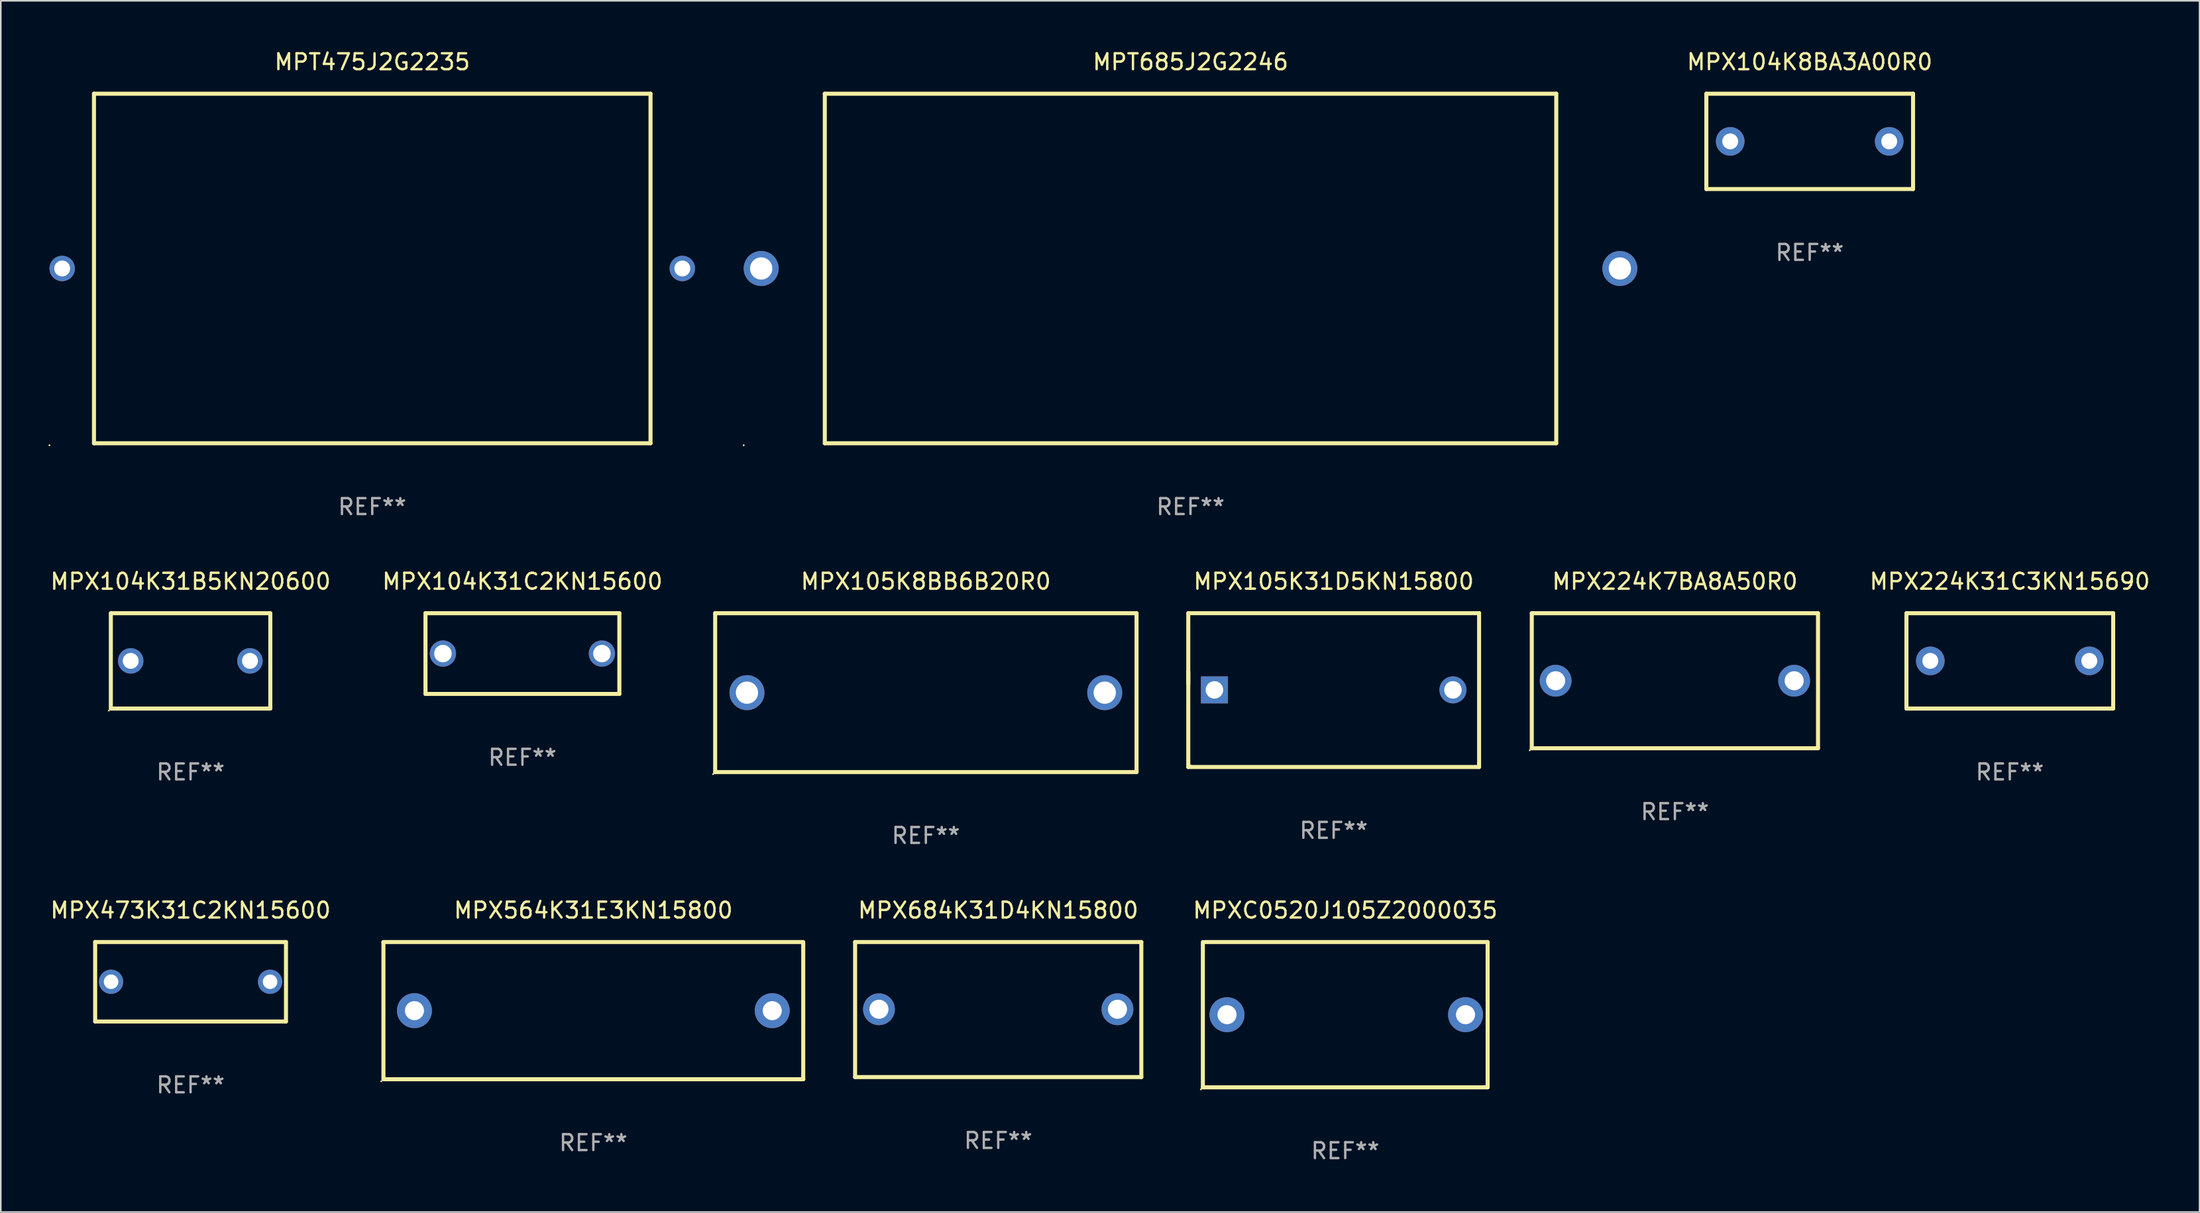
<source format=kicad_pcb>
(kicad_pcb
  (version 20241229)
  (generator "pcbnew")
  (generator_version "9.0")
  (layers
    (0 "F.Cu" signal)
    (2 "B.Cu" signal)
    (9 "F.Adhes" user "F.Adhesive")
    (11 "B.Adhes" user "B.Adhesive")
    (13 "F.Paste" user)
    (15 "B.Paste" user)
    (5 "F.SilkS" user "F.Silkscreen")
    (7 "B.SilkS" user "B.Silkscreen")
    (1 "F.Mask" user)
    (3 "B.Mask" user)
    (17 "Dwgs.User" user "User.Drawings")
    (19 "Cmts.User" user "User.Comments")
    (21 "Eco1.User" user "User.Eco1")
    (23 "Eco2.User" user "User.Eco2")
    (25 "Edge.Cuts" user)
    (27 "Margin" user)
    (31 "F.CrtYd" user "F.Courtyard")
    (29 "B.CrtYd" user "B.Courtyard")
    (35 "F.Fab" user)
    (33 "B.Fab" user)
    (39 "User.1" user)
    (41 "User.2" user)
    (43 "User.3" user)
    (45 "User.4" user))
  (footprint "MPT685J2G2246"
    (layer "F.Cu")
    (at 71.82 13.848)
    (property "Reference" "MPT685J2G2246" (at 0 -13 0) (layer "F.SilkS") (effects (font (size 1 1) (thickness 0.15))))
    (attr through_hole)
    (fp_line (start -23 -11) (end 23 -11) (stroke (width 0.254) (type solid)) (layer "F.SilkS"))
    (fp_line (start -23 11) (end -23 -11) (stroke (width 0.254) (type solid)) (layer "F.SilkS"))
    (fp_line (start 23 -11) (end 23 11) (stroke (width 0.254) (type solid)) (layer "F.SilkS"))
    (fp_line (start 23 11) (end -23 11) (stroke (width 0.254) (type solid)) (layer "F.SilkS"))
    (fp_circle (center -28.1 11.127) (end -28.07 11.127) (stroke (width 0.06) (type solid)) (fill no) (layer "F.SilkS"))
    (fp_text user "REF**" (at 0 15 0) (layer "F.Fab") (effects (font (size 1 1) (thickness 0.15))))
    (pad "1" thru_hole circle (at -27 0) (size 2.2 2.2) (drill 1.4) (layers "*.Cu" "*.Mask"))
    (pad "2" thru_hole circle (at 27 0) (size 2.2 2.2) (drill 1.4) (layers "*.Cu" "*.Mask")))
  (footprint "MPX224K7BA8A50R0"
    (layer "F.Cu")
    (at 102.281 39.795)
    (property "Reference" "MPX224K7BA8A50R0" (at 0 -6.25 0) (layer "F.SilkS") (effects (font (size 1 1) (thickness 0.15))))
    (attr through_hole)
    (fp_line (start -9 -4.25) (end -9 4.25) (stroke (width 0.254) (type solid)) (layer "F.SilkS"))
    (fp_line (start -9 -4.25) (end 9 -4.25) (stroke (width 0.254) (type solid)) (layer "F.SilkS"))
    (fp_line (start 9 4.25) (end -9 4.25) (stroke (width 0.254) (type solid)) (layer "F.SilkS"))
    (fp_line (start 9 4.25) (end 9 -4.25) (stroke (width 0.254) (type solid)) (layer "F.SilkS"))
    (fp_circle (center -9.127 4.377) (end -9.097 4.377) (stroke (width 0.06) (type solid)) (fill no) (layer "F.SilkS"))
    (fp_text user "REF**" (at 0 8.25 0) (layer "F.Fab") (effects (font (size 1 1) (thickness 0.15))))
    (pad "1" thru_hole circle (at -7.5 0) (size 2 2) (drill 1.2) (layers "*.Cu" "*.Mask"))
    (pad "2" thru_hole circle (at 7.5 0) (size 2 2) (drill 1.2) (layers "*.Cu" "*.Mask")))
  (footprint "MPX104K8BA3A00R0"
    (layer "F.Cu")
    (at 110.759 5.848)
    (property "Reference" "MPX104K8BA3A00R0" (at 0 -5 0) (layer "F.SilkS") (effects (font (size 1 1) (thickness 0.15))))
    (attr through_hole)
    (fp_line (start -6.5 -3) (end 6.5 -3) (stroke (width 0.254) (type solid)) (layer "F.SilkS"))
    (fp_line (start -6.5 3) (end -6.5 -3) (stroke (width 0.254) (type solid)) (layer "F.SilkS"))
    (fp_line (start 6.5 -3) (end 6.5 3) (stroke (width 0.254) (type solid)) (layer "F.SilkS"))
    (fp_line (start 6.5 3) (end -6.5 3) (stroke (width 0.254) (type solid)) (layer "F.SilkS"))
    (fp_circle (center -6.5 3) (end -6.47 3) (stroke (width 0.06) (type solid)) (fill no) (layer "F.SilkS"))
    (fp_text user "REF**" (at 0 7 0) (layer "F.Fab") (effects (font (size 1 1) (thickness 0.15))))
    (pad "1" thru_hole circle (at -5 0) (size 1.8 1.8) (drill 1) (layers "*.Cu" "*.Mask"))
    (pad "2" thru_hole circle (at 5 0) (size 1.8 1.8) (drill 1) (layers "*.Cu" "*.Mask")))
  (footprint "MPT475J2G2235"
    (layer "F.Cu")
    (at 20.36 13.848)
    (property "Reference" "MPT475J2G2235" (at 0 -13 0) (layer "F.SilkS") (effects (font (size 1 1) (thickness 0.15))))
    (attr through_hole)
    (fp_line (start -17.5 -11) (end 17.5 -11) (stroke (width 0.254) (type solid)) (layer "F.SilkS"))
    (fp_line (start -17.5 11) (end -17.5 -11) (stroke (width 0.254) (type solid)) (layer "F.SilkS"))
    (fp_line (start -17.5 11) (end 17.5 11) (stroke (width 0.254) (type solid)) (layer "F.SilkS"))
    (fp_line (start 17.5 11) (end 17.5 -11) (stroke (width 0.254) (type solid)) (layer "F.SilkS"))
    (fp_circle (center -20.3 11.127) (end -20.27 11.127) (stroke (width 0.06) (type solid)) (fill no) (layer "F.SilkS"))
    (fp_text user "REF**" (at 0 15 0) (layer "F.Fab") (effects (font (size 1 1) (thickness 0.15))))
    (pad "1" thru_hole circle (at -19.5 0) (size 1.6 1.6) (drill 1) (layers "*.Cu" "*.Mask"))
    (pad "2" thru_hole circle (at 19.5 0) (size 1.6 1.6) (drill 1) (layers "*.Cu" "*.Mask")))
  (footprint "MPX564K31E3KN15800"
    (layer "F.Cu")
    (at 34.264 60.559)
    (property "Reference" "MPX564K31E3KN15800" (at 0 -6.318 0) (layer "F.SilkS") (effects (font (size 1 1) (thickness 0.15))))
    (attr through_hole)
    (fp_line (start -13.208 -4.318) (end 13.193 -4.318) (stroke (width 0.254) (type solid)) (layer "F.SilkS"))
    (fp_line (start -13.2 4.3) (end -13.2 -4.3) (stroke (width 0.254) (type solid)) (layer "F.SilkS"))
    (fp_line (start 13.2 -4.3) (end 13.2 4.3) (stroke (width 0.254) (type solid)) (layer "F.SilkS"))
    (fp_line (start 13.208 4.318) (end -13.193 4.318) (stroke (width 0.254) (type solid)) (layer "F.SilkS"))
    (fp_circle (center -13.335 4.445) (end -13.305 4.445) (stroke (width 0.06) (type solid)) (fill no) (layer "F.SilkS"))
    (fp_text user "REF**" (at 0 8.318 0) (layer "F.Fab") (effects (font (size 1 1) (thickness 0.15))))
    (pad "1" thru_hole circle (at -11.25 0) (size 2.2 2.2) (drill 1.2) (layers "*.Cu" "*.Mask"))
    (pad "2" thru_hole circle (at 11.25 0) (size 2.2 2.2) (drill 1.2) (layers "*.Cu" "*.Mask")))
  (footprint "MPX224K31C3KN15690"
    (layer "F.Cu")
    (at 123.343 38.545)
    (property "Reference" "MPX224K31C3KN15690" (at 0 -5 0) (layer "F.SilkS") (effects (font (size 1 1) (thickness 0.15))))
    (attr through_hole)
    (fp_line (start -6.5 -3) (end 6.5 -3) (stroke (width 0.254) (type solid)) (layer "F.SilkS"))
    (fp_line (start -6.5 3) (end -6.5 -3) (stroke (width 0.254) (type solid)) (layer "F.SilkS"))
    (fp_line (start 6.5 -3) (end 6.5 3) (stroke (width 0.254) (type solid)) (layer "F.SilkS"))
    (fp_line (start 6.5 3) (end -6.5 3) (stroke (width 0.254) (type solid)) (layer "F.SilkS"))
    (fp_circle (center -6.5 3) (end -6.47 3) (stroke (width 0.06) (type solid)) (fill no) (layer "F.SilkS"))
    (fp_text user "REF**" (at 0 7 0) (layer "F.Fab") (effects (font (size 1 1) (thickness 0.15))))
    (pad "1" thru_hole circle (at -5 0) (size 1.8 1.8) (drill 1) (layers "*.Cu" "*.Mask"))
    (pad "2" thru_hole circle (at 5 0) (size 1.8 1.8) (drill 1) (layers "*.Cu" "*.Mask")))
  (footprint "MPX684K31D4KN15800"
    (layer "F.Cu")
    (at 59.726 60.491)
    (property "Reference" "MPX684K31D4KN15800" (at 0 -6.25 0) (layer "F.SilkS") (effects (font (size 1 1) (thickness 0.15))))
    (attr through_hole)
    (fp_line (start -9 -4.25) (end -9 4.25) (stroke (width 0.254) (type solid)) (layer "F.SilkS"))
    (fp_line (start -9 -4.25) (end 9 -4.25) (stroke (width 0.254) (type solid)) (layer "F.SilkS"))
    (fp_line (start -9 4.25) (end 9 4.25) (stroke (width 0.254) (type solid)) (layer "F.SilkS"))
    (fp_line (start 9 -4.25) (end 9 4.25) (stroke (width 0.254) (type solid)) (layer "F.SilkS"))
    (fp_circle (center -9 4.23) (end -8.97 4.23) (stroke (width 0.06) (type solid)) (fill no) (layer "F.SilkS"))
    (fp_text user "REF**" (at 0 8.25 0) (layer "F.Fab") (effects (font (size 1 1) (thickness 0.15))))
    (pad "1" thru_hole circle (at -7.5 -0.02) (size 2 2) (drill 1.2) (layers "*.Cu" "*.Mask"))
    (pad "2" thru_hole circle (at 7.5 -0.02) (size 2 2) (drill 1.2) (layers "*.Cu" "*.Mask")))
  (footprint "MPXC0520J105Z2000035"
    (layer "F.Cu")
    (at 81.55 60.813)
    (property "Reference" "MPXC0520J105Z2000035" (at 0 -6.572 0) (layer "F.SilkS") (effects (font (size 1 1) (thickness 0.15))))
    (attr through_hole)
    (fp_line (start -8.954 4.572) (end -8.954 -4.572) (stroke (width 0.254) (type solid)) (layer "F.SilkS"))
    (fp_line (start -8.827 -4.572) (end 8.954 -4.572) (stroke (width 0.254) (type solid)) (layer "F.SilkS"))
    (fp_line (start 8.954 -4.572) (end 8.954 1.859) (stroke (width 0.254) (type solid)) (layer "F.SilkS"))
    (fp_line (start 8.954 1.859) (end 8.954 4.572) (stroke (width 0.254) (type solid)) (layer "F.SilkS"))
    (fp_line (start 8.954 4.572) (end -8.954 4.572) (stroke (width 0.254) (type solid)) (layer "F.SilkS"))
    (fp_circle (center -9.081 4.699) (end -9.051 4.699) (stroke (width 0.06) (type solid)) (fill no) (layer "F.SilkS"))
    (fp_text user "REF**" (at 0 8.572 0) (layer "F.Fab") (effects (font (size 1 1) (thickness 0.15))))
    (pad "1" thru_hole circle (at -7.436 0) (size 2.2 2.2) (drill 1.2) (layers "*.Cu" "*.Mask"))
    (pad "2" thru_hole circle (at 7.564 0) (size 2.2 2.2) (drill 1.2) (layers "*.Cu" "*.Mask")))
  (footprint "MPX105K8BB6B20R0"
    (layer "F.Cu")
    (at 55.175 40.545)
    (property "Reference" "MPX105K8BB6B20R0" (at 0 -7 0) (layer "F.SilkS") (effects (font (size 1 1) (thickness 0.15))))
    (attr through_hole)
    (fp_line (start -13.25 -5) (end 13.25 -5) (stroke (width 0.254) (type solid)) (layer "F.SilkS"))
    (fp_line (start -13.25 5) (end -13.25 -5) (stroke (width 0.254) (type solid)) (layer "F.SilkS"))
    (fp_line (start 13.25 -5) (end 13.25 5) (stroke (width 0.254) (type solid)) (layer "F.SilkS"))
    (fp_line (start 13.25 5) (end -13.25 5) (stroke (width 0.254) (type solid)) (layer "F.SilkS"))
    (fp_circle (center -13.377 5.127) (end -13.347 5.127) (stroke (width 0.06) (type solid)) (fill no) (layer "F.SilkS"))
    (fp_text user "REF**" (at 0 9 0) (layer "F.Fab") (effects (font (size 1 1) (thickness 0.15))))
    (pad "1" thru_hole circle (at -11.25 0) (size 2.2 2.2) (drill 1.4) (layers "*.Cu" "*.Mask"))
    (pad "2" thru_hole circle (at 11.25 0) (size 2.2 2.2) (drill 1.4) (layers "*.Cu" "*.Mask")))
  (footprint "MPX473K31C2KN15600"
    (layer "F.Cu")
    (at 8.935 58.741)
    (property "Reference" "MPX473K31C2KN15600" (at 0 -4.5 0) (layer "F.SilkS") (effects (font (size 1 1) (thickness 0.15))))
    (attr through_hole)
    (fp_line (start -6 -2.5) (end 6 -2.5) (stroke (width 0.254) (type solid)) (layer "F.SilkS"))
    (fp_line (start -6 2.5) (end -6 -2.5) (stroke (width 0.254) (type solid)) (layer "F.SilkS"))
    (fp_line (start 6 -2.5) (end 6 2.5) (stroke (width 0.254) (type solid)) (layer "F.SilkS"))
    (fp_line (start 6 2.5) (end -6 2.5) (stroke (width 0.254) (type solid)) (layer "F.SilkS"))
    (fp_circle (center -6 2.5) (end -5.97 2.5) (stroke (width 0.06) (type solid)) (fill no) (layer "F.SilkS"))
    (fp_text user "REF**" (at 0 6.5 0) (layer "F.Fab") (effects (font (size 1 1) (thickness 0.15))))
    (pad "1" thru_hole circle (at -5 0) (size 1.524 1.524) (drill 0.914) (layers "*.Cu" "*.Mask"))
    (pad "2" thru_hole circle (at 5 0) (size 1.524 1.524) (drill 0.914) (layers "*.Cu" "*.Mask")))
  (footprint "MPX104K31C2KN15600"
    (layer "F.Cu")
    (at 29.804 38.085)
    (property "Reference" "MPX104K31C2KN15600" (at 0 -4.54 0) (layer "F.SilkS") (effects (font (size 1 1) (thickness 0.15))))
    (attr through_hole)
    (fp_line (start -6.096 -2.54) (end 6.096 -2.54) (stroke (width 0.254) (type solid)) (layer "F.SilkS"))
    (fp_line (start -6.096 2.54) (end -6.096 -2.54) (stroke (width 0.254) (type solid)) (layer "F.SilkS"))
    (fp_line (start 6.096 -2.54) (end 6.096 2.54) (stroke (width 0.254) (type solid)) (layer "F.SilkS"))
    (fp_line (start 6.096 2.54) (end -6.096 2.54) (stroke (width 0.254) (type solid)) (layer "F.SilkS"))
    (fp_circle (center -6 2.5) (end -5.97 2.5) (stroke (width 0.06) (type solid)) (fill no) (layer "F.SilkS"))
    (fp_text user "REF**" (at 0 6.54 0) (layer "F.Fab") (effects (font (size 1 1) (thickness 0.15))))
    (pad "1" thru_hole circle (at -5 0) (size 1.65 1.65) (drill 1.1) (layers "*.Cu" "*.Mask"))
    (pad "2" thru_hole circle (at 5 0) (size 1.65 1.65) (drill 1.1) (layers "*.Cu" "*.Mask")))
  (footprint "MPX105K31D5KN15800"
    (layer "F.Cu")
    (at 80.823 40.384)
    (property "Reference" "MPX105K31D5KN15800" (at 0 -6.84 0) (layer "F.SilkS") (effects (font (size 1 1) (thickness 0.15))))
    (attr through_hole)
    (fp_line (start -9.144 -4.84) (end -9.144 -0.398) (stroke (width 0.254) (type solid)) (layer "F.SilkS"))
    (fp_line (start -9.144 -1.157) (end -9.144 4.84) (stroke (width 0.254) (type solid)) (layer "F.SilkS"))
    (fp_line (start -9.144 4.84) (end 9.144 4.84) (stroke (width 0.254) (type solid)) (layer "F.SilkS"))
    (fp_line (start 9.144 -4.84) (end -9.144 -4.84) (stroke (width 0.254) (type solid)) (layer "F.SilkS"))
    (fp_line (start 9.144 -4.84) (end 9.144 -4.84) (stroke (width 0.254) (type solid)) (layer "F.SilkS"))
    (fp_line (start 9.144 4.84) (end 9.144 -4.84) (stroke (width 0.254) (type solid)) (layer "F.SilkS"))
    (fp_circle (center -9 4.737) (end -8.97 4.737) (stroke (width 0.06) (type solid)) (fill no) (layer "F.SilkS"))
    (fp_text user "REF**" (at 0 8.84 0) (layer "F.Fab") (effects (font (size 1 1) (thickness 0.15))))
    (pad "1" thru_hole rect (at -7.5 -0.013) (size 1.7 1.7) (drill 1.1) (layers "*.Cu" "*.Mask"))
    (pad "2" thru_hole circle (at 7.5 -0.013) (size 1.7 1.7) (drill 1.1) (layers "*.Cu" "*.Mask")))
  (footprint "MPX104K31B5KN20600"
    (layer "F.Cu")
    (at 8.935 38.545)
    (property "Reference" "MPX104K31B5KN20600" (at 0 -5 0) (layer "F.SilkS") (effects (font (size 1 1) (thickness 0.15))))
    (attr through_hole)
    (fp_line (start -5.015 3) (end -5.015 -3) (stroke (width 0.254) (type solid)) (layer "F.SilkS"))
    (fp_line (start -5.005 -3) (end 4.995 -3) (stroke (width 0.254) (type solid)) (layer "F.SilkS"))
    (fp_line (start 5.005 3) (end -4.995 3) (stroke (width 0.254) (type solid)) (layer "F.SilkS"))
    (fp_line (start 5.015 -3) (end 5.015 3) (stroke (width 0.254) (type solid)) (layer "F.SilkS"))
    (fp_circle (center -5.142 3.127) (end -5.112 3.127) (stroke (width 0.06) (type solid)) (fill no) (layer "F.SilkS"))
    (fp_text user "REF**" (at 0 7 0) (layer "F.Fab") (effects (font (size 1 1) (thickness 0.15))))
    (pad "1" thru_hole circle (at -3.765 0) (size 1.6 1.6) (drill 1) (layers "*.Cu" "*.Mask"))
    (pad "2" thru_hole circle (at 3.735 0) (size 1.6 1.6) (drill 1) (layers "*.Cu" "*.Mask")))
  (gr_rect
    (start -3 -3)
    (end 135.277 73.234)
    (stroke (width 0.1) (type default))
    (fill no)
    (layer "Edge.Cuts")))
</source>
